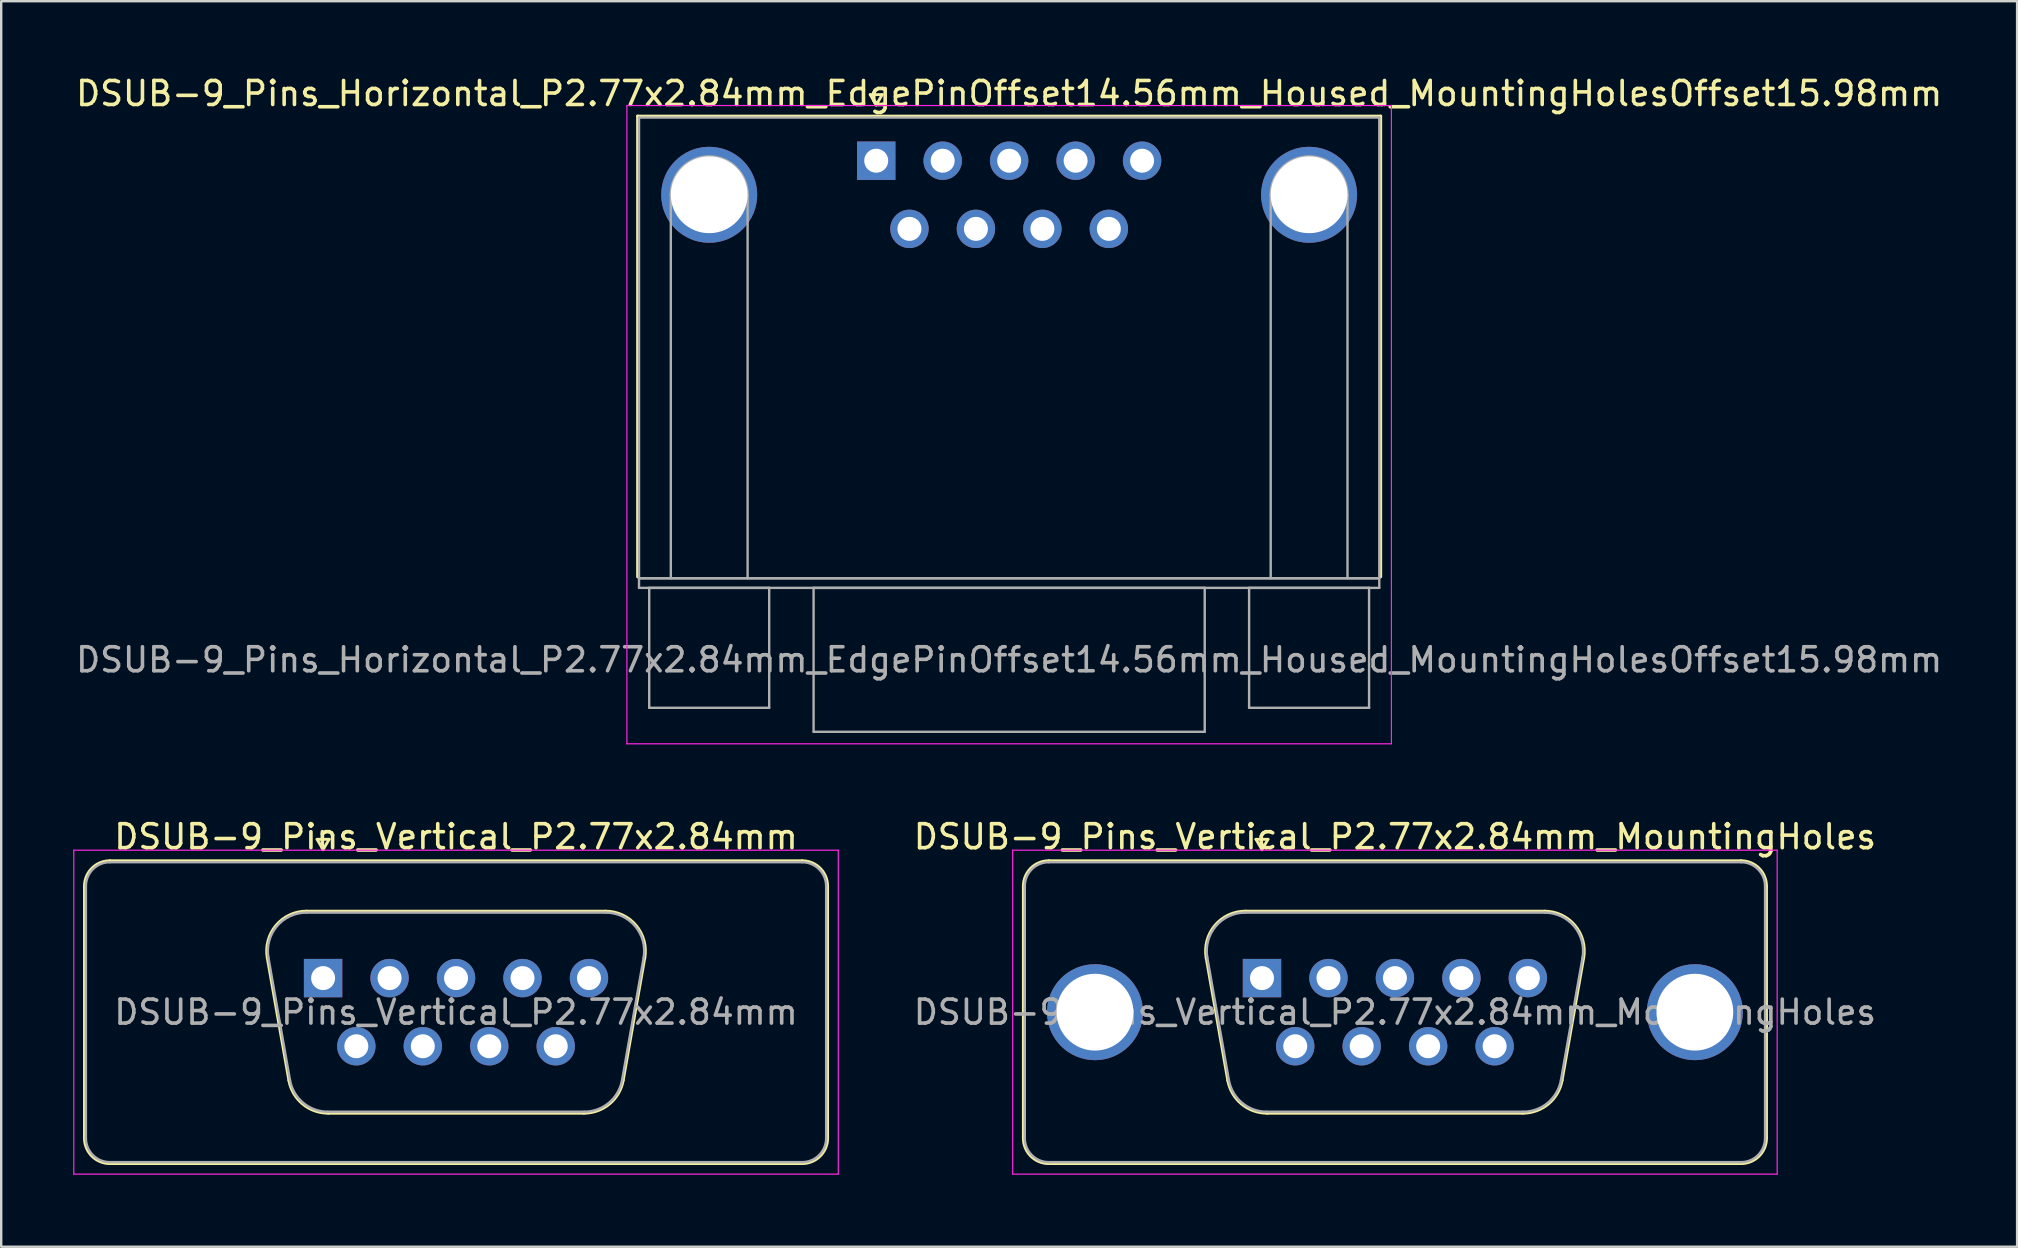
<source format=kicad_pcb>
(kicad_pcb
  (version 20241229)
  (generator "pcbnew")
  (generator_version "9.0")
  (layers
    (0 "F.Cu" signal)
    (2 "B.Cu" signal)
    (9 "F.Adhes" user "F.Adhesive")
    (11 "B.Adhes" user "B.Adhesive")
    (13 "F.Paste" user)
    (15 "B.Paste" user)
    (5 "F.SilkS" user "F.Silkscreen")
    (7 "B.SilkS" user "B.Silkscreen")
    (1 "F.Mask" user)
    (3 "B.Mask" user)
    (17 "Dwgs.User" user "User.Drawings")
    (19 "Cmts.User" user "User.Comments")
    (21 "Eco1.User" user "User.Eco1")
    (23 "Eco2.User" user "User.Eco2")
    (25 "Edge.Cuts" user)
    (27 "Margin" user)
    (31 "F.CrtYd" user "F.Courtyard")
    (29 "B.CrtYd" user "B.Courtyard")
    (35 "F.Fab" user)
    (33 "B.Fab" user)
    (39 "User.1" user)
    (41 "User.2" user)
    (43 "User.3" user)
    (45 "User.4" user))
  (footprint "DSUB-9_Pins_Vertical_P2.77x2.84mm"
    (layer "F.Cu")
    (at 10.415 37.712)
    (property "Reference" "DSUB-9_Pins_Vertical_P2.77x2.84mm" (at 5.54 -5.89 0) (layer "F.SilkS") (effects (font (size 1 1) (thickness 0.15))))
    (attr through_hole)
    (fp_line (start -9.945 6.67) (end -9.945 -3.83) (stroke (width 0.12) (type solid)) (layer "F.SilkS"))
    (fp_line (start -8.885 -4.89) (end 19.965 -4.89) (stroke (width 0.12) (type solid)) (layer "F.SilkS"))
    (fp_line (start -1.427 4.258) (end -2.326 -0.842) (stroke (width 0.12) (type solid)) (layer "F.SilkS"))
    (fp_line (start -0.692 -2.79) (end 11.772 -2.79) (stroke (width 0.12) (type solid)) (layer "F.SilkS"))
    (fp_line (start -0.25 -5.784) (end 0.25 -5.784) (stroke (width 0.12) (type solid)) (layer "F.SilkS"))
    (fp_line (start 0 -5.351) (end -0.25 -5.784) (stroke (width 0.12) (type solid)) (layer "F.SilkS"))
    (fp_line (start 0.25 -5.784) (end 0 -5.351) (stroke (width 0.12) (type solid)) (layer "F.SilkS"))
    (fp_line (start 10.872 5.63) (end 0.208 5.63) (stroke (width 0.12) (type solid)) (layer "F.SilkS"))
    (fp_line (start 13.406 -0.842) (end 12.507 4.258) (stroke (width 0.12) (type solid)) (layer "F.SilkS"))
    (fp_line (start 19.965 7.73) (end -8.885 7.73) (stroke (width 0.12) (type solid)) (layer "F.SilkS"))
    (fp_line (start 21.025 -3.83) (end 21.025 6.67) (stroke (width 0.12) (type solid)) (layer "F.SilkS"))
    (fp_arc (start -9.945 -3.83) (mid -9.634533 -4.579533) (end -8.885 -4.89) (stroke (width 0.12) (type solid)) (layer "F.SilkS"))
    (fp_arc (start -8.885 7.73) (mid -9.634533 7.419533) (end -9.945 6.67) (stroke (width 0.12) (type solid)) (layer "F.SilkS"))
    (fp_arc (start -2.32647 -0.841744) (mid -1.963323 -2.197027) (end -0.691689 -2.79) (stroke (width 0.12) (type solid)) (layer "F.SilkS"))
    (fp_arc (start 0.207579 5.63) (mid -0.859449 5.241634) (end -1.427202 4.258256) (stroke (width 0.12) (type solid)) (layer "F.SilkS"))
    (fp_arc (start 11.771689 -2.79) (mid 13.043323 -2.197027) (end 13.40647 -0.841744) (stroke (width 0.12) (type solid)) (layer "F.SilkS"))
    (fp_arc (start 12.507202 4.258256) (mid 11.939449 5.241634) (end 10.872421 5.63) (stroke (width 0.12) (type solid)) (layer "F.SilkS"))
    (fp_arc (start 19.965 -4.89) (mid 20.714533 -4.579533) (end 21.025 -3.83) (stroke (width 0.12) (type solid)) (layer "F.SilkS"))
    (fp_arc (start 21.025 6.67) (mid 20.714533 7.419533) (end 19.965 7.73) (stroke (width 0.12) (type solid)) (layer "F.SilkS"))
    (fp_line (start -10.39 -5.33) (end -10.39 8.17) (stroke (width 0.05) (type solid)) (layer "F.CrtYd"))
    (fp_line (start -10.39 8.17) (end 21.47 8.17) (stroke (width 0.05) (type solid)) (layer "F.CrtYd"))
    (fp_line (start 21.47 -5.33) (end -10.39 -5.33) (stroke (width 0.05) (type solid)) (layer "F.CrtYd"))
    (fp_line (start 21.47 8.17) (end 21.47 -5.33) (stroke (width 0.05) (type solid)) (layer "F.CrtYd"))
    (fp_line (start -9.885 6.67) (end -9.885 -3.83) (stroke (width 0.1) (type solid)) (layer "F.Fab"))
    (fp_line (start -8.885 -4.83) (end 19.965 -4.83) (stroke (width 0.1) (type solid)) (layer "F.Fab"))
    (fp_line (start -1.38 4.248) (end -2.279 -0.852) (stroke (width 0.1) (type solid)) (layer "F.Fab"))
    (fp_line (start -0.703 -2.73) (end 11.783 -2.73) (stroke (width 0.1) (type solid)) (layer "F.Fab"))
    (fp_line (start 10.884 5.57) (end 0.196 5.57) (stroke (width 0.1) (type solid)) (layer "F.Fab"))
    (fp_line (start 13.359 -0.852) (end 12.46 4.248) (stroke (width 0.1) (type solid)) (layer "F.Fab"))
    (fp_line (start 19.965 7.67) (end -8.885 7.67) (stroke (width 0.1) (type solid)) (layer "F.Fab"))
    (fp_line (start 20.965 -3.83) (end 20.965 6.67) (stroke (width 0.1) (type solid)) (layer "F.Fab"))
    (fp_arc (start -9.885 -3.83) (mid -9.592107 -4.537107) (end -8.885 -4.83) (stroke (width 0.1) (type solid)) (layer "F.Fab"))
    (fp_arc (start -8.885 7.67) (mid -9.592107 7.377107) (end -9.885 6.67) (stroke (width 0.1) (type solid)) (layer "F.Fab"))
    (fp_arc (start -2.278887 -0.852163) (mid -1.928865 -2.15846) (end -0.703194 -2.73) (stroke (width 0.1) (type solid)) (layer "F.Fab"))
    (fp_arc (start 0.196073 5.57) (mid -0.832387 5.195671) (end -1.379619 4.247837) (stroke (width 0.1) (type solid)) (layer "F.Fab"))
    (fp_arc (start 11.783194 -2.73) (mid 13.008865 -2.15846) (end 13.358887 -0.852163) (stroke (width 0.1) (type solid)) (layer "F.Fab"))
    (fp_arc (start 12.459619 4.247837) (mid 11.912387 5.195671) (end 10.883927 5.57) (stroke (width 0.1) (type solid)) (layer "F.Fab"))
    (fp_arc (start 19.965 -4.83) (mid 20.672107 -4.537107) (end 20.965 -3.83) (stroke (width 0.1) (type solid)) (layer "F.Fab"))
    (fp_arc (start 20.965 6.67) (mid 20.672107 7.377107) (end 19.965 7.67) (stroke (width 0.1) (type solid)) (layer "F.Fab"))
    (fp_text user "${REFERENCE}" (at 5.54 1.42 0) (layer "F.Fab") (effects (font (size 1 1) (thickness 0.15))))
    (pad "1" thru_hole rect (at 0 0) (size 1.6 1.6) (drill 1) (layers "*.Cu" "*.Mask"))
    (pad "2" thru_hole circle (at 2.77 0) (size 1.6 1.6) (drill 1) (layers "*.Cu" "*.Mask"))
    (pad "3" thru_hole circle (at 5.54 0) (size 1.6 1.6) (drill 1) (layers "*.Cu" "*.Mask"))
    (pad "4" thru_hole circle (at 8.31 0) (size 1.6 1.6) (drill 1) (layers "*.Cu" "*.Mask"))
    (pad "5" thru_hole circle (at 11.08 0) (size 1.6 1.6) (drill 1) (layers "*.Cu" "*.Mask"))
    (pad "6" thru_hole circle (at 1.385 2.84) (size 1.6 1.6) (drill 1) (layers "*.Cu" "*.Mask"))
    (pad "7" thru_hole circle (at 4.155 2.84) (size 1.6 1.6) (drill 1) (layers "*.Cu" "*.Mask"))
    (pad "8" thru_hole circle (at 6.925 2.84) (size 1.6 1.6) (drill 1) (layers "*.Cu" "*.Mask"))
    (pad "9" thru_hole circle (at 9.695 2.84) (size 1.6 1.6) (drill 1) (layers "*.Cu" "*.Mask")))
  (footprint "DSUB-9_Pins_Horizontal_P2.77x2.84mm_EdgePinOffset14.56mm_Housed_MountingHolesOffset15.98mm"
    (layer "F.Cu")
    (at 33.466 3.648)
    (property "Reference" "DSUB-9_Pins_Horizontal_P2.77x2.84mm_EdgePinOffset14.56mm_Housed_MountingHolesOffset15.98mm" (at 5.54 -2.8 0) (layer "F.SilkS") (effects (font (size 1 1) (thickness 0.15))))
    (attr through_hole)
    (fp_line (start -9.945 -1.86) (end 21.025 -1.86) (stroke (width 0.12) (type solid)) (layer "F.SilkS"))
    (fp_line (start -9.945 17.34) (end -9.945 -1.86) (stroke (width 0.12) (type solid)) (layer "F.SilkS"))
    (fp_line (start -0.25 -2.754) (end 0.25 -2.754) (stroke (width 0.12) (type solid)) (layer "F.SilkS"))
    (fp_line (start 0 -2.321) (end -0.25 -2.754) (stroke (width 0.12) (type solid)) (layer "F.SilkS"))
    (fp_line (start 0.25 -2.754) (end 0 -2.321) (stroke (width 0.12) (type solid)) (layer "F.SilkS"))
    (fp_line (start 21.025 -1.86) (end 21.025 17.34) (stroke (width 0.12) (type solid)) (layer "F.SilkS"))
    (fp_line (start -10.39 -2.3) (end -10.39 24.3) (stroke (width 0.05) (type solid)) (layer "F.CrtYd"))
    (fp_line (start -10.39 24.3) (end 21.47 24.3) (stroke (width 0.05) (type solid)) (layer "F.CrtYd"))
    (fp_line (start 21.47 -2.3) (end -10.39 -2.3) (stroke (width 0.05) (type solid)) (layer "F.CrtYd"))
    (fp_line (start 21.47 24.3) (end 21.47 -2.3) (stroke (width 0.05) (type solid)) (layer "F.CrtYd"))
    (fp_line (start -9.885 -1.8) (end -9.885 17.4) (stroke (width 0.1) (type solid)) (layer "F.Fab"))
    (fp_line (start -9.885 17.4) (end -9.885 17.8) (stroke (width 0.1) (type solid)) (layer "F.Fab"))
    (fp_line (start -9.885 17.4) (end 20.965 17.4) (stroke (width 0.1) (type solid)) (layer "F.Fab"))
    (fp_line (start -9.885 17.8) (end 20.965 17.8) (stroke (width 0.1) (type solid)) (layer "F.Fab"))
    (fp_line (start -9.46 17.8) (end -9.46 22.8) (stroke (width 0.1) (type solid)) (layer "F.Fab"))
    (fp_line (start -9.46 22.8) (end -4.46 22.8) (stroke (width 0.1) (type solid)) (layer "F.Fab"))
    (fp_line (start -8.56 17.4) (end -8.56 1.42) (stroke (width 0.1) (type solid)) (layer "F.Fab"))
    (fp_line (start -5.36 17.4) (end -5.36 1.42) (stroke (width 0.1) (type solid)) (layer "F.Fab"))
    (fp_line (start -4.46 17.8) (end -9.46 17.8) (stroke (width 0.1) (type solid)) (layer "F.Fab"))
    (fp_line (start -4.46 22.8) (end -4.46 17.8) (stroke (width 0.1) (type solid)) (layer "F.Fab"))
    (fp_line (start -2.61 17.8) (end -2.61 23.8) (stroke (width 0.1) (type solid)) (layer "F.Fab"))
    (fp_line (start -2.61 23.8) (end 13.69 23.8) (stroke (width 0.1) (type solid)) (layer "F.Fab"))
    (fp_line (start 13.69 17.8) (end -2.61 17.8) (stroke (width 0.1) (type solid)) (layer "F.Fab"))
    (fp_line (start 13.69 23.8) (end 13.69 17.8) (stroke (width 0.1) (type solid)) (layer "F.Fab"))
    (fp_line (start 15.54 17.8) (end 15.54 22.8) (stroke (width 0.1) (type solid)) (layer "F.Fab"))
    (fp_line (start 15.54 22.8) (end 20.54 22.8) (stroke (width 0.1) (type solid)) (layer "F.Fab"))
    (fp_line (start 16.44 17.4) (end 16.44 1.42) (stroke (width 0.1) (type solid)) (layer "F.Fab"))
    (fp_line (start 19.64 17.4) (end 19.64 1.42) (stroke (width 0.1) (type solid)) (layer "F.Fab"))
    (fp_line (start 20.54 17.8) (end 15.54 17.8) (stroke (width 0.1) (type solid)) (layer "F.Fab"))
    (fp_line (start 20.54 22.8) (end 20.54 17.8) (stroke (width 0.1) (type solid)) (layer "F.Fab"))
    (fp_line (start 20.965 -1.8) (end -9.885 -1.8) (stroke (width 0.1) (type solid)) (layer "F.Fab"))
    (fp_line (start 20.965 17.4) (end -9.885 17.4) (stroke (width 0.1) (type solid)) (layer "F.Fab"))
    (fp_line (start 20.965 17.4) (end 20.965 -1.8) (stroke (width 0.1) (type solid)) (layer "F.Fab"))
    (fp_line (start 20.965 17.8) (end 20.965 17.4) (stroke (width 0.1) (type solid)) (layer "F.Fab"))
    (fp_arc (start -8.56 1.42) (mid -6.96 -0.18) (end -5.36 1.42) (stroke (width 0.1) (type solid)) (layer "F.Fab"))
    (fp_arc (start 16.44 1.42) (mid 18.04 -0.18) (end 19.64 1.42) (stroke (width 0.1) (type solid)) (layer "F.Fab"))
    (fp_text user "${REFERENCE}" (at 5.54 20.8 0) (layer "F.Fab") (effects (font (size 1 1) (thickness 0.15))))
    (pad "0" thru_hole circle (at -6.96 1.42) (size 4 4) (drill 3.2) (layers "*.Cu" "*.Mask"))
    (pad "0" thru_hole circle (at 18.04 1.42) (size 4 4) (drill 3.2) (layers "*.Cu" "*.Mask"))
    (pad "1" thru_hole rect (at 0 0) (size 1.6 1.6) (drill 1) (layers "*.Cu" "*.Mask"))
    (pad "2" thru_hole circle (at 2.77 0) (size 1.6 1.6) (drill 1) (layers "*.Cu" "*.Mask"))
    (pad "3" thru_hole circle (at 5.54 0) (size 1.6 1.6) (drill 1) (layers "*.Cu" "*.Mask"))
    (pad "4" thru_hole circle (at 8.31 0) (size 1.6 1.6) (drill 1) (layers "*.Cu" "*.Mask"))
    (pad "5" thru_hole circle (at 11.08 0) (size 1.6 1.6) (drill 1) (layers "*.Cu" "*.Mask"))
    (pad "6" thru_hole circle (at 1.385 2.84) (size 1.6 1.6) (drill 1) (layers "*.Cu" "*.Mask"))
    (pad "7" thru_hole circle (at 4.155 2.84) (size 1.6 1.6) (drill 1) (layers "*.Cu" "*.Mask"))
    (pad "8" thru_hole circle (at 6.925 2.84) (size 1.6 1.6) (drill 1) (layers "*.Cu" "*.Mask"))
    (pad "9" thru_hole circle (at 9.695 2.84) (size 1.6 1.6) (drill 1) (layers "*.Cu" "*.Mask")))
  (footprint "DSUB-9_Pins_Vertical_P2.77x2.84mm_MountingHoles"
    (layer "F.Cu")
    (at 49.543 37.712)
    (property "Reference" "DSUB-9_Pins_Vertical_P2.77x2.84mm_MountingHoles" (at 5.54 -5.89 0) (layer "F.SilkS") (effects (font (size 1 1) (thickness 0.15))))
    (attr through_hole)
    (fp_line (start -9.945 6.67) (end -9.945 -3.83) (stroke (width 0.12) (type solid)) (layer "F.SilkS"))
    (fp_line (start -8.885 -4.89) (end 19.965 -4.89) (stroke (width 0.12) (type solid)) (layer "F.SilkS"))
    (fp_line (start -1.427 4.258) (end -2.326 -0.842) (stroke (width 0.12) (type solid)) (layer "F.SilkS"))
    (fp_line (start -0.692 -2.79) (end 11.772 -2.79) (stroke (width 0.12) (type solid)) (layer "F.SilkS"))
    (fp_line (start -0.25 -5.784) (end 0.25 -5.784) (stroke (width 0.12) (type solid)) (layer "F.SilkS"))
    (fp_line (start 0 -5.351) (end -0.25 -5.784) (stroke (width 0.12) (type solid)) (layer "F.SilkS"))
    (fp_line (start 0.25 -5.784) (end 0 -5.351) (stroke (width 0.12) (type solid)) (layer "F.SilkS"))
    (fp_line (start 10.872 5.63) (end 0.208 5.63) (stroke (width 0.12) (type solid)) (layer "F.SilkS"))
    (fp_line (start 13.406 -0.842) (end 12.507 4.258) (stroke (width 0.12) (type solid)) (layer "F.SilkS"))
    (fp_line (start 19.965 7.73) (end -8.885 7.73) (stroke (width 0.12) (type solid)) (layer "F.SilkS"))
    (fp_line (start 21.025 -3.83) (end 21.025 6.67) (stroke (width 0.12) (type solid)) (layer "F.SilkS"))
    (fp_arc (start -9.945 -3.83) (mid -9.634533 -4.579533) (end -8.885 -4.89) (stroke (width 0.12) (type solid)) (layer "F.SilkS"))
    (fp_arc (start -8.885 7.73) (mid -9.634533 7.419533) (end -9.945 6.67) (stroke (width 0.12) (type solid)) (layer "F.SilkS"))
    (fp_arc (start -2.32647 -0.841744) (mid -1.963323 -2.197027) (end -0.691689 -2.79) (stroke (width 0.12) (type solid)) (layer "F.SilkS"))
    (fp_arc (start 0.207579 5.63) (mid -0.859449 5.241634) (end -1.427202 4.258256) (stroke (width 0.12) (type solid)) (layer "F.SilkS"))
    (fp_arc (start 11.771689 -2.79) (mid 13.043323 -2.197027) (end 13.40647 -0.841744) (stroke (width 0.12) (type solid)) (layer "F.SilkS"))
    (fp_arc (start 12.507202 4.258256) (mid 11.939449 5.241634) (end 10.872421 5.63) (stroke (width 0.12) (type solid)) (layer "F.SilkS"))
    (fp_arc (start 19.965 -4.89) (mid 20.714533 -4.579533) (end 21.025 -3.83) (stroke (width 0.12) (type solid)) (layer "F.SilkS"))
    (fp_arc (start 21.025 6.67) (mid 20.714533 7.419533) (end 19.965 7.73) (stroke (width 0.12) (type solid)) (layer "F.SilkS"))
    (fp_line (start -10.39 -5.33) (end -10.39 8.17) (stroke (width 0.05) (type solid)) (layer "F.CrtYd"))
    (fp_line (start -10.39 8.17) (end 21.47 8.17) (stroke (width 0.05) (type solid)) (layer "F.CrtYd"))
    (fp_line (start 21.47 -5.33) (end -10.39 -5.33) (stroke (width 0.05) (type solid)) (layer "F.CrtYd"))
    (fp_line (start 21.47 8.17) (end 21.47 -5.33) (stroke (width 0.05) (type solid)) (layer "F.CrtYd"))
    (fp_line (start -9.885 6.67) (end -9.885 -3.83) (stroke (width 0.1) (type solid)) (layer "F.Fab"))
    (fp_line (start -8.885 -4.83) (end 19.965 -4.83) (stroke (width 0.1) (type solid)) (layer "F.Fab"))
    (fp_line (start -1.38 4.248) (end -2.279 -0.852) (stroke (width 0.1) (type solid)) (layer "F.Fab"))
    (fp_line (start -0.703 -2.73) (end 11.783 -2.73) (stroke (width 0.1) (type solid)) (layer "F.Fab"))
    (fp_line (start 10.884 5.57) (end 0.196 5.57) (stroke (width 0.1) (type solid)) (layer "F.Fab"))
    (fp_line (start 13.359 -0.852) (end 12.46 4.248) (stroke (width 0.1) (type solid)) (layer "F.Fab"))
    (fp_line (start 19.965 7.67) (end -8.885 7.67) (stroke (width 0.1) (type solid)) (layer "F.Fab"))
    (fp_line (start 20.965 -3.83) (end 20.965 6.67) (stroke (width 0.1) (type solid)) (layer "F.Fab"))
    (fp_arc (start -9.885 -3.83) (mid -9.592107 -4.537107) (end -8.885 -4.83) (stroke (width 0.1) (type solid)) (layer "F.Fab"))
    (fp_arc (start -8.885 7.67) (mid -9.592107 7.377107) (end -9.885 6.67) (stroke (width 0.1) (type solid)) (layer "F.Fab"))
    (fp_arc (start -2.278887 -0.852163) (mid -1.928865 -2.15846) (end -0.703194 -2.73) (stroke (width 0.1) (type solid)) (layer "F.Fab"))
    (fp_arc (start 0.196073 5.57) (mid -0.832387 5.195671) (end -1.379619 4.247837) (stroke (width 0.1) (type solid)) (layer "F.Fab"))
    (fp_arc (start 11.783194 -2.73) (mid 13.008865 -2.15846) (end 13.358887 -0.852163) (stroke (width 0.1) (type solid)) (layer "F.Fab"))
    (fp_arc (start 12.459619 4.247837) (mid 11.912387 5.195671) (end 10.883927 5.57) (stroke (width 0.1) (type solid)) (layer "F.Fab"))
    (fp_arc (start 19.965 -4.83) (mid 20.672107 -4.537107) (end 20.965 -3.83) (stroke (width 0.1) (type solid)) (layer "F.Fab"))
    (fp_arc (start 20.965 6.67) (mid 20.672107 7.377107) (end 19.965 7.67) (stroke (width 0.1) (type solid)) (layer "F.Fab"))
    (fp_text user "${REFERENCE}" (at 5.54 1.42 0) (layer "F.Fab") (effects (font (size 1 1) (thickness 0.15))))
    (pad "0" thru_hole circle (at -6.96 1.42) (size 4 4) (drill 3.2) (layers "*.Cu" "*.Mask"))
    (pad "0" thru_hole circle (at 18.04 1.42) (size 4 4) (drill 3.2) (layers "*.Cu" "*.Mask"))
    (pad "1" thru_hole rect (at 0 0) (size 1.6 1.6) (drill 1) (layers "*.Cu" "*.Mask"))
    (pad "2" thru_hole circle (at 2.77 0) (size 1.6 1.6) (drill 1) (layers "*.Cu" "*.Mask"))
    (pad "3" thru_hole circle (at 5.54 0) (size 1.6 1.6) (drill 1) (layers "*.Cu" "*.Mask"))
    (pad "4" thru_hole circle (at 8.31 0) (size 1.6 1.6) (drill 1) (layers "*.Cu" "*.Mask"))
    (pad "5" thru_hole circle (at 11.08 0) (size 1.6 1.6) (drill 1) (layers "*.Cu" "*.Mask"))
    (pad "6" thru_hole circle (at 1.385 2.84) (size 1.6 1.6) (drill 1) (layers "*.Cu" "*.Mask"))
    (pad "7" thru_hole circle (at 4.155 2.84) (size 1.6 1.6) (drill 1) (layers "*.Cu" "*.Mask"))
    (pad "8" thru_hole circle (at 6.925 2.84) (size 1.6 1.6) (drill 1) (layers "*.Cu" "*.Mask"))
    (pad "9" thru_hole circle (at 9.695 2.84) (size 1.6 1.6) (drill 1) (layers "*.Cu" "*.Mask")))
  (gr_rect
    (start -3 -3)
    (end 81.012 48.907)
    (stroke (width 0.1) (type default))
    (fill no)
    (layer "Edge.Cuts")))
</source>
